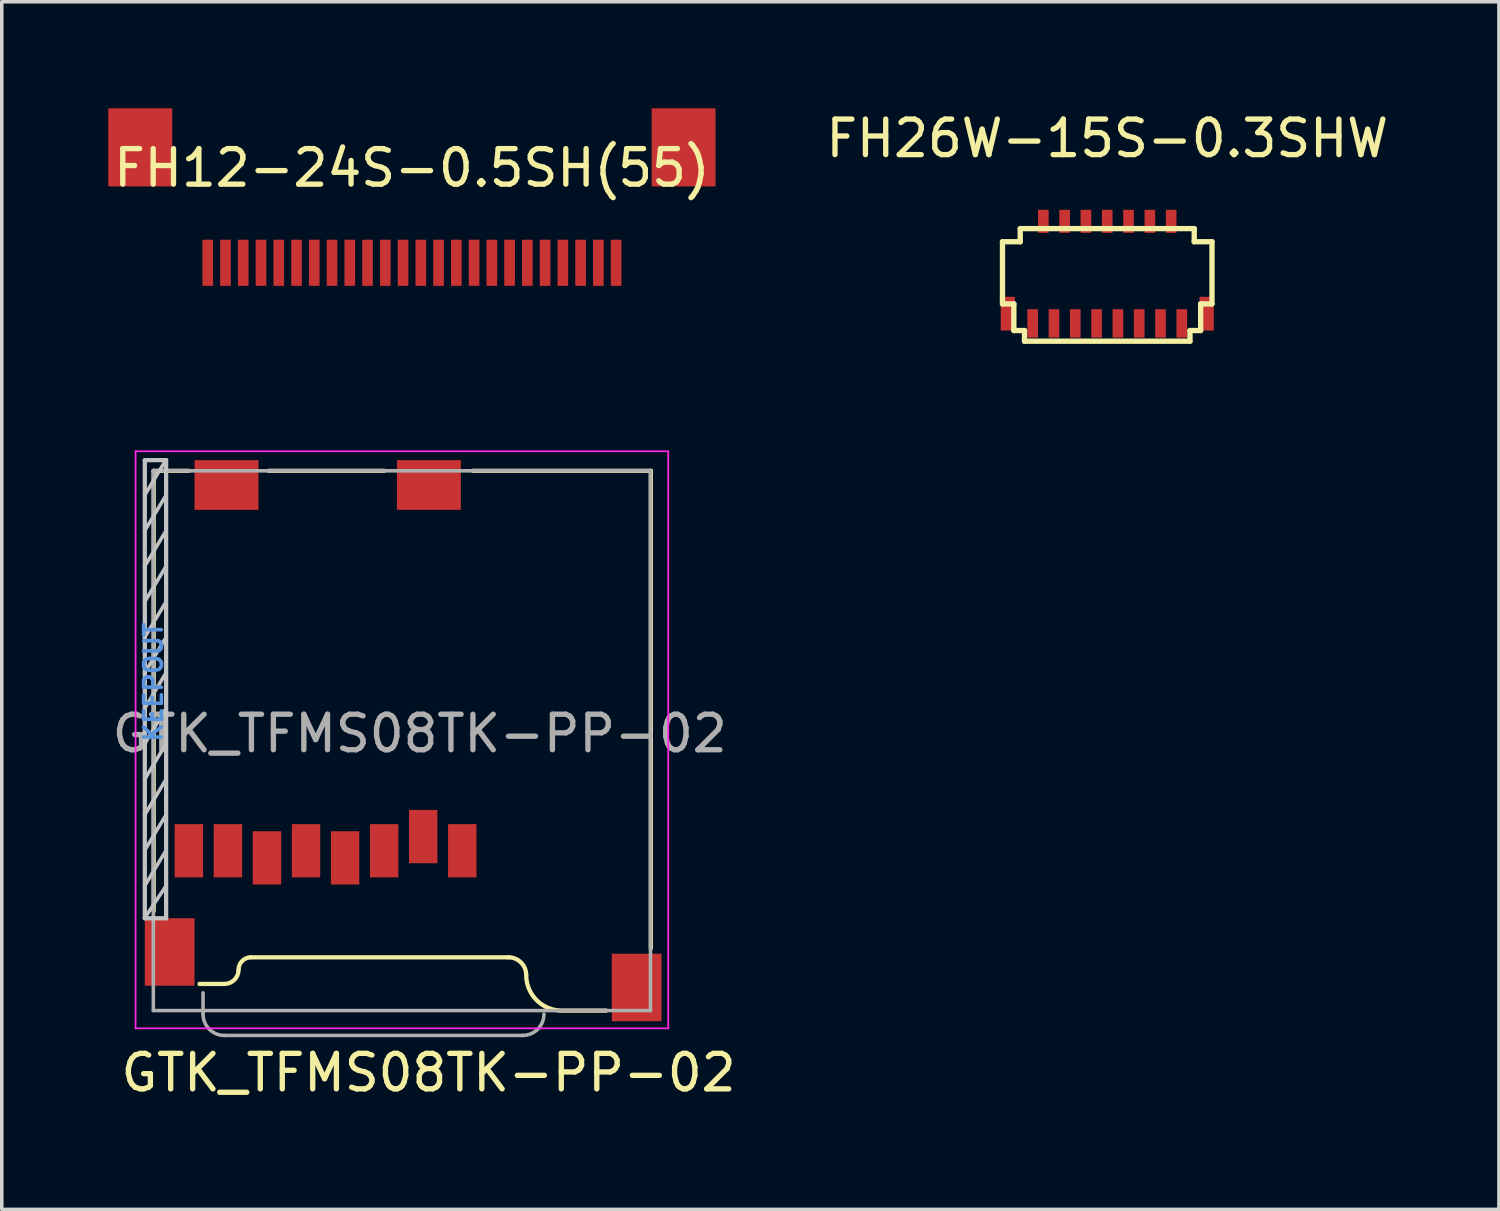
<source format=kicad_pcb>
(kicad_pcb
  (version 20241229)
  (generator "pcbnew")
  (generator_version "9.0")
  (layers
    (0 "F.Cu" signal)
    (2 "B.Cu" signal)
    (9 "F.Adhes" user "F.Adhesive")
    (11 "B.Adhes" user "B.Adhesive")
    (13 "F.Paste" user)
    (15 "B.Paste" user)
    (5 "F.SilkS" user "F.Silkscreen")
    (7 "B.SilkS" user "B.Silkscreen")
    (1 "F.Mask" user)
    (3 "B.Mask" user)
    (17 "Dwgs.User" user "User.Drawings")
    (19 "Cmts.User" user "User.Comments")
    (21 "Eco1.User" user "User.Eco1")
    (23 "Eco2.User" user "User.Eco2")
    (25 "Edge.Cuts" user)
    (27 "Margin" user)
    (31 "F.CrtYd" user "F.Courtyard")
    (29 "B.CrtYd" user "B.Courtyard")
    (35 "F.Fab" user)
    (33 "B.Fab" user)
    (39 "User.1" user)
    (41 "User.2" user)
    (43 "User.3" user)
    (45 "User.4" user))
  (footprint "GTK_TFMS08TK-PP-02"
    (layer "F.Cu")
    (at 2.268 20.908)
    (property "Reference" "GTK_TFMS08TK-PP-02" (at 6.75 6.25 0) (layer "F.SilkS") (effects (font (size 1 1) (thickness 0.15))))
    (attr smd)
    (fp_line (start -0.99 -10.7) (end 0 -10.7) (stroke (width 0.12) (type solid)) (layer "F.SilkS"))
    (fp_line (start -0.99 1.7) (end -0.99 -10.7) (stroke (width 0.12) (type solid)) (layer "F.SilkS"))
    (fp_line (start 0.3 3.75) (end 1 3.75) (stroke (width 0.12) (type solid)) (layer "F.SilkS"))
    (fp_line (start 2.25 -10.7) (end 5.5 -10.7) (stroke (width 0.12) (type solid)) (layer "F.SilkS"))
    (fp_line (start 8 -10.7) (end 13.01 -10.7) (stroke (width 0.12) (type solid)) (layer "F.SilkS"))
    (fp_line (start 9 3) (end 1.75 3) (stroke (width 0.12) (type solid)) (layer "F.SilkS"))
    (fp_line (start 11.75 4.5) (end 10.5 4.5) (stroke (width 0.12) (type solid)) (layer "F.SilkS"))
    (fp_line (start 13.01 2.75) (end 13.01 -10.7) (stroke (width 0.12) (type solid)) (layer "F.SilkS"))
    (fp_arc (start 1.4 3.35) (mid 1.282843 3.632843) (end 1 3.75) (stroke (width 0.12) (type solid)) (layer "F.SilkS"))
    (fp_arc (start 1.4 3.35) (mid 1.502513 3.102513) (end 1.75 3) (stroke (width 0.12) (type solid)) (layer "F.SilkS"))
    (fp_arc (start 9 3) (mid 9.353553 3.146447) (end 9.5 3.5) (stroke (width 0.12) (type solid)) (layer "F.SilkS"))
    (fp_arc (start 10.460032 4.499201) (mid 9.778901 4.192832) (end 9.5 3.5) (stroke (width 0.12) (type solid)) (layer "F.SilkS"))
    (fp_line (start -1.25 -10) (end -0.65 -11) (stroke (width 0.1) (type solid)) (layer "Dwgs.User"))
    (fp_line (start -1.25 -9) (end -0.65 -10) (stroke (width 0.1) (type solid)) (layer "Dwgs.User"))
    (fp_line (start -1.25 -8) (end -0.65 -9) (stroke (width 0.1) (type solid)) (layer "Dwgs.User"))
    (fp_line (start -1.25 -7) (end -0.65 -8) (stroke (width 0.1) (type solid)) (layer "Dwgs.User"))
    (fp_line (start -1.25 -6) (end -0.65 -7) (stroke (width 0.1) (type solid)) (layer "Dwgs.User"))
    (fp_line (start -1.25 -5) (end -0.65 -6) (stroke (width 0.1) (type solid)) (layer "Dwgs.User"))
    (fp_line (start -1.25 -4) (end -0.65 -5) (stroke (width 0.1) (type solid)) (layer "Dwgs.User"))
    (fp_line (start -1.25 -3) (end -0.65 -4) (stroke (width 0.1) (type solid)) (layer "Dwgs.User"))
    (fp_line (start -1.25 -2) (end -0.65 -3) (stroke (width 0.1) (type solid)) (layer "Dwgs.User"))
    (fp_line (start -1.25 -1) (end -0.65 -2) (stroke (width 0.1) (type solid)) (layer "Dwgs.User"))
    (fp_line (start -1.25 0) (end -0.65 -1) (stroke (width 0.1) (type solid)) (layer "Dwgs.User"))
    (fp_line (start -1.25 1) (end -0.65 0) (stroke (width 0.1) (type solid)) (layer "Dwgs.User"))
    (fp_line (start -1.25 1.9) (end -0.65 1) (stroke (width 0.1) (type solid)) (layer "Dwgs.User"))
    (fp_line (start -1.24 -11) (end -1.24 1.9) (stroke (width 0.12) (type solid)) (layer "Dwgs.User"))
    (fp_line (start -1.24 -11) (end -0.64 -11) (stroke (width 0.12) (type solid)) (layer "Dwgs.User"))
    (fp_line (start -1.24 1.9) (end -0.64 1.9) (stroke (width 0.12) (type solid)) (layer "Dwgs.User"))
    (fp_line (start -0.64 1.9) (end -0.64 -11) (stroke (width 0.12) (type solid)) (layer "Dwgs.User"))
    (fp_line (start -1.5 -11.25) (end 13.5 -11.25) (stroke (width 0.05) (type solid)) (layer "F.CrtYd"))
    (fp_line (start -1.5 5) (end -1.5 -11.25) (stroke (width 0.05) (type solid)) (layer "F.CrtYd"))
    (fp_line (start 13.5 -11.25) (end 13.5 5) (stroke (width 0.05) (type solid)) (layer "F.CrtYd"))
    (fp_line (start 13.5 5) (end -1.5 5) (stroke (width 0.05) (type solid)) (layer "F.CrtYd"))
    (fp_line (start -1 -10.7) (end 13 -10.7) (stroke (width 0.1) (type solid)) (layer "F.Fab"))
    (fp_line (start -1 4.5) (end -1 -10.7) (stroke (width 0.1) (type solid)) (layer "F.Fab"))
    (fp_line (start 0.4 4) (end 0.4 4.6) (stroke (width 0.1) (type solid)) (layer "F.Fab"))
    (fp_line (start 1 5.2) (end 9.4 5.2) (stroke (width 0.1) (type solid)) (layer "F.Fab"))
    (fp_line (start 13 -10.7) (end 13 4.5) (stroke (width 0.1) (type solid)) (layer "F.Fab"))
    (fp_line (start 13 4.5) (end -1 4.5) (stroke (width 0.1) (type solid)) (layer "F.Fab"))
    (fp_arc (start 1 5.2) (mid 0.575736 5.024264) (end 0.4 4.6) (stroke (width 0.1) (type solid)) (layer "F.Fab"))
    (fp_arc (start 10 4.6) (mid 9.824264 5.024264) (end 9.4 5.2) (stroke (width 0.1) (type solid)) (layer "F.Fab"))
    (fp_text user "KEEPOUT" (at -1 -4.75 90) (layer "Cmts.User") (effects (font (size 0.5 0.5) (thickness 0.1))))
    (fp_text user "${REFERENCE}" (at 6.5 -3.3 0) (layer "F.Fab") (effects (font (size 1 1) (thickness 0.15))))
    (pad "" smd rect (at -0.54 2.85) (size 1.4 1.9) (layers "F.Cu" "F.Mask" "F.Paste"))
    (pad "" smd rect (at 1.06 -10.3) (size 1.8 1.4) (layers "F.Cu" "F.Mask" "F.Paste"))
    (pad "" smd rect (at 6.76 -10.3) (size 1.8 1.4) (layers "F.Cu" "F.Mask" "F.Paste"))
    (pad "1" smd rect (at 7.7 0) (size 0.8 1.5) (layers "F.Cu" "F.Mask" "F.Paste"))
    (pad "2" smd rect (at 6.6 -0.4) (size 0.8 1.5) (layers "F.Cu" "F.Mask" "F.Paste"))
    (pad "3" smd rect (at 5.5 0) (size 0.8 1.5) (layers "F.Cu" "F.Mask" "F.Paste"))
    (pad "4" smd rect (at 4.4 0.2) (size 0.8 1.5) (layers "F.Cu" "F.Mask" "F.Paste"))
    (pad "5" smd rect (at 3.3 0) (size 0.8 1.5) (layers "F.Cu" "F.Mask" "F.Paste"))
    (pad "6" smd rect (at 2.2 0.2) (size 0.8 1.5) (layers "F.Cu" "F.Mask" "F.Paste"))
    (pad "7" smd rect (at 1.1 0) (size 0.8 1.5) (layers "F.Cu" "F.Mask" "F.Paste"))
    (pad "8" smd rect (at 0 0) (size 0.8 1.5) (layers "F.Cu" "F.Mask" "F.Paste"))
    (pad "9" smd rect (at 12.61 3.85) (size 1.4 1.9) (layers "F.Cu" "F.Mask" "F.Paste")))
  (footprint "FH26W-15S-0.3SHW"
    (layer "F.Cu")
    (at 28.13 4.658)
    (property "Reference" "FH26W-15S-0.3SHW" (at 0 -3.81 0) (layer "F.SilkS") (effects (font (size 1 1) (thickness 0.15))))
    (attr through_hole)
    (fp_line (start -2.95 -0.9) (end -2.45 -0.9) (stroke (width 0.15) (type solid)) (layer "F.SilkS"))
    (fp_line (start -2.95 0.85) (end -2.95 -0.9) (stroke (width 0.15) (type solid)) (layer "F.SilkS"))
    (fp_line (start -2.63 0.85) (end -2.95 0.85) (stroke (width 0.15) (type solid)) (layer "F.SilkS"))
    (fp_line (start -2.63 1.6) (end -2.63 0.85) (stroke (width 0.15) (type solid)) (layer "F.SilkS"))
    (fp_line (start -2.45 -1.27) (end 2.45 -1.27) (stroke (width 0.15) (type solid)) (layer "F.SilkS"))
    (fp_line (start -2.45 -0.9) (end -2.45 -1.27) (stroke (width 0.15) (type solid)) (layer "F.SilkS"))
    (fp_line (start -2.33 1.6) (end -2.63 1.6) (stroke (width 0.15) (type solid)) (layer "F.SilkS"))
    (fp_line (start -2.33 1.6) (end -2.33 1.9) (stroke (width 0.15) (type solid)) (layer "F.SilkS"))
    (fp_line (start -2.33 1.9) (end 2.33 1.9) (stroke (width 0.15) (type solid)) (layer "F.SilkS"))
    (fp_line (start 2.33 1.6) (end 2.33 1.9) (stroke (width 0.15) (type solid)) (layer "F.SilkS"))
    (fp_line (start 2.33 1.6) (end 2.63 1.6) (stroke (width 0.15) (type solid)) (layer "F.SilkS"))
    (fp_line (start 2.45 -0.9) (end 2.45 -1.27) (stroke (width 0.15) (type solid)) (layer "F.SilkS"))
    (fp_line (start 2.63 0.85) (end 2.95 0.85) (stroke (width 0.15) (type solid)) (layer "F.SilkS"))
    (fp_line (start 2.63 1.6) (end 2.63 0.85) (stroke (width 0.15) (type solid)) (layer "F.SilkS"))
    (fp_line (start 2.95 -0.9) (end 2.45 -0.9) (stroke (width 0.15) (type solid)) (layer "F.SilkS"))
    (fp_line (start 2.95 0.85) (end 2.95 -0.9) (stroke (width 0.15) (type solid)) (layer "F.SilkS"))
    (pad "1" smd rect (at -2.1 1.4) (size 0.3 0.8) (layers "F.Cu" "F.Mask" "F.Paste"))
    (pad "2" smd rect (at -1.8 -1.475) (size 0.3 0.65) (layers "F.Cu" "F.Mask" "F.Paste"))
    (pad "3" smd rect (at -1.5 1.4) (size 0.3 0.8) (layers "F.Cu" "F.Mask" "F.Paste"))
    (pad "4" smd rect (at -1.2 -1.475) (size 0.3 0.65) (layers "F.Cu" "F.Mask" "F.Paste"))
    (pad "5" smd rect (at -0.9 1.4) (size 0.3 0.8) (layers "F.Cu" "F.Mask" "F.Paste"))
    (pad "6" smd rect (at -0.6 -1.475) (size 0.3 0.65) (layers "F.Cu" "F.Mask" "F.Paste"))
    (pad "7" smd rect (at -0.3 1.4) (size 0.3 0.8) (layers "F.Cu" "F.Mask" "F.Paste"))
    (pad "8" smd rect (at 0 -1.475) (size 0.3 0.65) (layers "F.Cu" "F.Mask" "F.Paste"))
    (pad "9" smd rect (at 0.3 1.4) (size 0.3 0.8) (layers "F.Cu" "F.Mask" "F.Paste"))
    (pad "10" smd rect (at 0.6 -1.475) (size 0.3 0.65) (layers "F.Cu" "F.Mask" "F.Paste"))
    (pad "11" smd rect (at 0.9 1.4) (size 0.3 0.8) (layers "F.Cu" "F.Mask" "F.Paste"))
    (pad "12" smd rect (at 1.2 -1.475) (size 0.3 0.65) (layers "F.Cu" "F.Mask" "F.Paste"))
    (pad "13" smd rect (at 1.5 1.4) (size 0.3 0.8) (layers "F.Cu" "F.Mask" "F.Paste"))
    (pad "14" smd rect (at 1.8 -1.475) (size 0.3 0.65) (layers "F.Cu" "F.Mask" "F.Paste"))
    (pad "15" smd rect (at 2.1 1.4) (size 0.3 0.8) (layers "F.Cu" "F.Mask" "F.Paste"))
    (pad "MP" smd rect (at -2.8 1.125) (size 0.4 0.95) (layers "F.Cu" "F.Mask" "F.Paste"))
    (pad "MP" smd rect (at 2.8 1.125) (size 0.4 0.95) (layers "F.Cu" "F.Mask" "F.Paste")))
  (footprint "FH12-24S-0.5SH(55)"
    (layer "F.Cu")
    (at 8.55 2.95)
    (property "Reference" "FH12-24S-0.5SH(55)" (at 0 -1.27 0) (layer "F.SilkS") (effects (font (size 1 1) (thickness 0.15))))
    (attr through_hole)
    (pad "" smd rect (at -7.65 -1.85) (size 1.8 2.2) (layers "F.Cu" "F.Mask" "F.Paste"))
    (pad "" smd rect (at 7.65 -1.85) (size 1.8 2.2) (layers "F.Cu" "F.Mask" "F.Paste"))
    (pad "1" smd rect (at 5.75 1.4) (size 0.3 1.3) (layers "F.Cu" "F.Mask" "F.Paste"))
    (pad "2" smd rect (at 5.25 1.4) (size 0.3 1.3) (layers "F.Cu" "F.Mask" "F.Paste"))
    (pad "3" smd rect (at 4.75 1.4) (size 0.3 1.3) (layers "F.Cu" "F.Mask" "F.Paste"))
    (pad "4" smd rect (at 4.25 1.4) (size 0.3 1.3) (layers "F.Cu" "F.Mask" "F.Paste"))
    (pad "5" smd rect (at 3.75 1.4) (size 0.3 1.3) (layers "F.Cu" "F.Mask" "F.Paste"))
    (pad "6" smd rect (at 3.25 1.4) (size 0.3 1.3) (layers "F.Cu" "F.Mask" "F.Paste"))
    (pad "7" smd rect (at 2.75 1.4) (size 0.3 1.3) (layers "F.Cu" "F.Mask" "F.Paste"))
    (pad "8" smd rect (at 2.25 1.4) (size 0.3 1.3) (layers "F.Cu" "F.Mask" "F.Paste"))
    (pad "9" smd rect (at 1.75 1.4) (size 0.3 1.3) (layers "F.Cu" "F.Mask" "F.Paste"))
    (pad "10" smd rect (at 1.25 1.4) (size 0.3 1.3) (layers "F.Cu" "F.Mask" "F.Paste"))
    (pad "11" smd rect (at 0.75 1.4) (size 0.3 1.3) (layers "F.Cu" "F.Mask" "F.Paste"))
    (pad "12" smd rect (at 0.25 1.4) (size 0.3 1.3) (layers "F.Cu" "F.Mask" "F.Paste"))
    (pad "13" smd rect (at -0.25 1.4) (size 0.3 1.3) (layers "F.Cu" "F.Mask" "F.Paste"))
    (pad "14" smd rect (at -0.75 1.4) (size 0.3 1.3) (layers "F.Cu" "F.Mask" "F.Paste"))
    (pad "15" smd rect (at -1.25 1.4) (size 0.3 1.3) (layers "F.Cu" "F.Mask" "F.Paste"))
    (pad "16" smd rect (at -1.75 1.4) (size 0.3 1.3) (layers "F.Cu" "F.Mask" "F.Paste"))
    (pad "17" smd rect (at -2.25 1.4) (size 0.3 1.3) (layers "F.Cu" "F.Mask" "F.Paste"))
    (pad "18" smd rect (at -2.75 1.4) (size 0.3 1.3) (layers "F.Cu" "F.Mask" "F.Paste"))
    (pad "19" smd rect (at -3.25 1.4) (size 0.3 1.3) (layers "F.Cu" "F.Mask" "F.Paste"))
    (pad "20" smd rect (at -3.75 1.4) (size 0.3 1.3) (layers "F.Cu" "F.Mask" "F.Paste"))
    (pad "21" smd rect (at -4.25 1.4) (size 0.3 1.3) (layers "F.Cu" "F.Mask" "F.Paste"))
    (pad "22" smd rect (at -4.75 1.4) (size 0.3 1.3) (layers "F.Cu" "F.Mask" "F.Paste"))
    (pad "23" smd rect (at -5.25 1.4) (size 0.3 1.3) (layers "F.Cu" "F.Mask" "F.Paste"))
    (pad "24" smd rect (at -5.75 1.4) (size 0.3 1.3) (layers "F.Cu" "F.Mask" "F.Paste")))
  (gr_rect
    (start -3 -3)
    (end 39.16 31.006)
    (stroke (width 0.1) (type default))
    (fill no)
    (layer "Edge.Cuts")))
</source>
